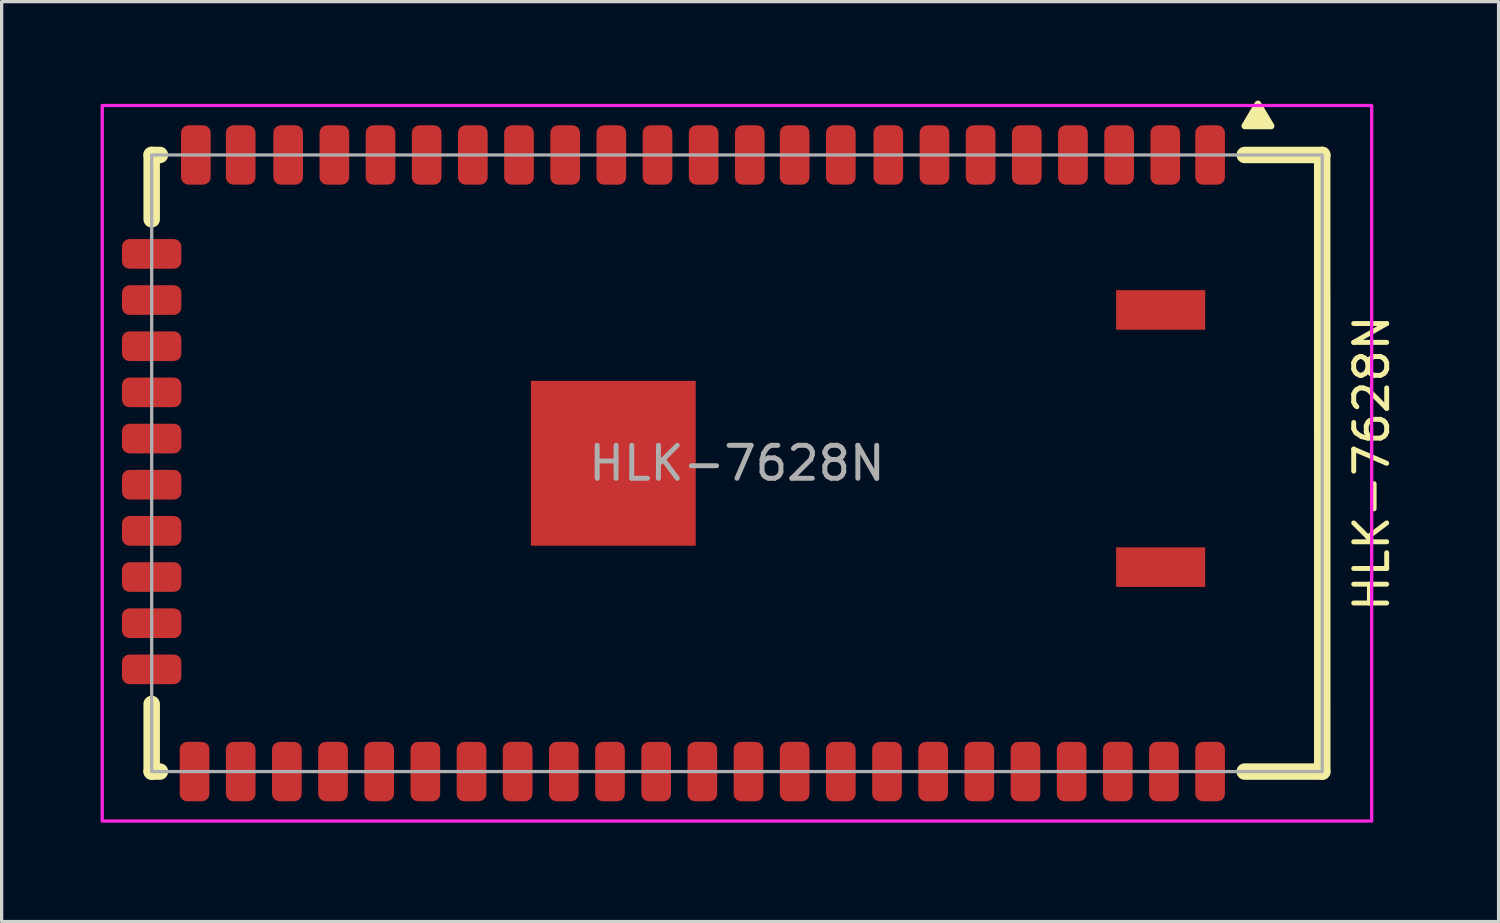
<source format=kicad_pcb>
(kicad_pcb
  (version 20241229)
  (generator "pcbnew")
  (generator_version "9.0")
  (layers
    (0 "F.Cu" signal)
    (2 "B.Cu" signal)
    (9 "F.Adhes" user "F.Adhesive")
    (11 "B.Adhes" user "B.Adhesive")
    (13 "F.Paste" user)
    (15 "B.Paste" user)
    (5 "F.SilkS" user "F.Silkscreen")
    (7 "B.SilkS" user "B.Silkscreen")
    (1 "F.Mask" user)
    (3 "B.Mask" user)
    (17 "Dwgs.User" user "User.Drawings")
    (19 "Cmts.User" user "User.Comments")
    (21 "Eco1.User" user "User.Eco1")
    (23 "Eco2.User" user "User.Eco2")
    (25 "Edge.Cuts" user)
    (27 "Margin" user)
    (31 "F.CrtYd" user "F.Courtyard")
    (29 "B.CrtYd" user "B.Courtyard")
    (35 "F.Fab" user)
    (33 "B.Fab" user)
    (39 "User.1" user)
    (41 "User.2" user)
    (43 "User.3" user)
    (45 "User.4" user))
  (footprint "HLK-7628N"
    (layer "F.Cu")
    (at 19.3 11)
    (property "Reference" "HLK-7628N" (at 19.25 0 90) (unlocked yes) (layer "F.SilkS") (effects (font (size 1 1) (thickness 0.15))))
    (attr smd)
    (fp_line (start -17.75 -9.35) (end -17.75 -7.4) (stroke (width 0.5) (type default)) (layer "F.SilkS"))
    (fp_line (start -17.75 -9.35) (end -17.5 -9.35) (stroke (width 0.5) (type default)) (layer "F.SilkS"))
    (fp_line (start -17.75 7.3) (end -17.75 9.35) (stroke (width 0.5) (type default)) (layer "F.SilkS"))
    (fp_line (start -17.75 9.35) (end -17.5 9.35) (stroke (width 0.5) (type default)) (layer "F.SilkS"))
    (fp_line (start 17.75 -9.35) (end 15.4 -9.35) (stroke (width 0.5) (type default)) (layer "F.SilkS"))
    (fp_line (start 17.75 -9.35) (end 17.751 9.351) (stroke (width 0.5) (type default)) (layer "F.SilkS"))
    (fp_line (start 17.75 9.35) (end 15.4 9.35) (stroke (width 0.5) (type default)) (layer "F.SilkS"))
    (fp_poly (pts (xy 15.4 -10.23) (xy 15.8 -10.9) (xy 16.2 -10.23)) (stroke (width 0.2) (type solid)) (fill yes) (layer "F.SilkS"))
    (fp_rect (start -19.25 -10.85) (end 19.25 10.85) (stroke (width 0.1) (type default)) (fill no) (layer "F.CrtYd"))
    (fp_rect (start -17.75 -9.35) (end 17.75 9.35) (stroke (width 0.1) (type default)) (fill no) (layer "F.Fab"))
    (fp_text user "${REFERENCE}" (at 0 0 0) (unlocked yes) (layer "F.Fab") (effects (font (size 1 1) (thickness 0.15))))
    (pad "" smd rect (at -3.75 0) (size 5 5) (layers "F.Cu" "F.Mask" "F.Paste"))
    (pad "" smd rect (at 12.85 -4.65) (size 2.7 1.2) (layers "F.Cu" "F.Mask" "F.Paste"))
    (pad "" smd rect (at 12.85 3.15) (size 2.7 1.2) (layers "F.Cu" "F.Mask" "F.Paste"))
    (pad "1" smd roundrect (at 14.35 -9.35) (size 0.9 1.8) (layers "F.Cu" "F.Mask" "F.Paste") (roundrect_rratio 0.25))
    (pad "2" smd roundrect (at 12.99 -9.35) (size 0.9 1.8) (layers "F.Cu" "F.Mask" "F.Paste") (roundrect_rratio 0.25))
    (pad "3" smd roundrect (at 11.59 -9.35) (size 0.9 1.8) (layers "F.Cu" "F.Mask" "F.Paste") (roundrect_rratio 0.25))
    (pad "4" smd roundrect (at 10.19 -9.35) (size 0.9 1.8) (layers "F.Cu" "F.Mask" "F.Paste") (roundrect_rratio 0.25))
    (pad "5" smd roundrect (at 8.79 -9.35) (size 0.9 1.8) (layers "F.Cu" "F.Mask" "F.Paste") (roundrect_rratio 0.25))
    (pad "6" smd roundrect (at 7.39 -9.35) (size 0.9 1.8) (layers "F.Cu" "F.Mask" "F.Paste") (roundrect_rratio 0.25))
    (pad "7" smd roundrect (at 5.99 -9.35) (size 0.9 1.8) (layers "F.Cu" "F.Mask" "F.Paste") (roundrect_rratio 0.25))
    (pad "8" smd roundrect (at 4.59 -9.35) (size 0.9 1.8) (layers "F.Cu" "F.Mask" "F.Paste") (roundrect_rratio 0.25))
    (pad "9" smd roundrect (at 3.15 -9.35) (size 0.9 1.8) (layers "F.Cu" "F.Mask" "F.Paste") (roundrect_rratio 0.25))
    (pad "10" smd roundrect (at 1.75 -9.35) (size 0.9 1.8) (layers "F.Cu" "F.Mask" "F.Paste") (roundrect_rratio 0.25))
    (pad "11" smd roundrect (at 0.39 -9.35) (size 0.9 1.8) (layers "F.Cu" "F.Mask" "F.Paste") (roundrect_rratio 0.25))
    (pad "12" smd roundrect (at -1.01 -9.35) (size 0.9 1.8) (layers "F.Cu" "F.Mask" "F.Paste") (roundrect_rratio 0.25))
    (pad "13" smd roundrect (at -2.41 -9.35) (size 0.9 1.8) (layers "F.Cu" "F.Mask" "F.Paste") (roundrect_rratio 0.25))
    (pad "14" smd roundrect (at -3.81 -9.35) (size 0.9 1.8) (layers "F.Cu" "F.Mask" "F.Paste") (roundrect_rratio 0.25))
    (pad "15" smd roundrect (at -5.21 -9.35) (size 0.9 1.8) (layers "F.Cu" "F.Mask" "F.Paste") (roundrect_rratio 0.25))
    (pad "16" smd roundrect (at -6.61 -9.35) (size 0.9 1.8) (layers "F.Cu" "F.Mask" "F.Paste") (roundrect_rratio 0.25))
    (pad "17" smd roundrect (at -8.01 -9.35) (size 0.9 1.8) (layers "F.Cu" "F.Mask" "F.Paste") (roundrect_rratio 0.25))
    (pad "18" smd roundrect (at -9.41 -9.35) (size 0.9 1.8) (layers "F.Cu" "F.Mask" "F.Paste") (roundrect_rratio 0.25))
    (pad "19" smd roundrect (at -10.81 -9.35) (size 0.9 1.8) (layers "F.Cu" "F.Mask" "F.Paste") (roundrect_rratio 0.25))
    (pad "20" smd roundrect (at -12.21 -9.35) (size 0.9 1.8) (layers "F.Cu" "F.Mask" "F.Paste") (roundrect_rratio 0.25))
    (pad "21" smd roundrect (at -13.61 -9.35) (size 0.9 1.8) (layers "F.Cu" "F.Mask" "F.Paste") (roundrect_rratio 0.25))
    (pad "22" smd roundrect (at -15.05 -9.35) (size 0.9 1.8) (layers "F.Cu" "F.Mask" "F.Paste") (roundrect_rratio 0.25))
    (pad "23" smd roundrect (at -16.41 -9.35) (size 0.9 1.8) (layers "F.Cu" "F.Mask" "F.Paste") (roundrect_rratio 0.25))
    (pad "24" smd roundrect (at -17.75 -6.35 90) (size 0.9 1.8) (layers "F.Cu" "F.Mask" "F.Paste") (roundrect_rratio 0.25))
    (pad "25" smd roundrect (at -17.75 -4.95 90) (size 0.9 1.8) (layers "F.Cu" "F.Mask" "F.Paste") (roundrect_rratio 0.25))
    (pad "26" smd roundrect (at -17.75 -3.55 90) (size 0.9 1.8) (layers "F.Cu" "F.Mask" "F.Paste") (roundrect_rratio 0.25))
    (pad "27" smd roundrect (at -17.75 -2.15 90) (size 0.9 1.8) (layers "F.Cu" "F.Mask" "F.Paste") (roundrect_rratio 0.25))
    (pad "28" smd roundrect (at -17.75 -0.75 90) (size 0.9 1.8) (layers "F.Cu" "F.Mask" "F.Paste") (roundrect_rratio 0.25))
    (pad "29" smd roundrect (at -17.75 0.65 90) (size 0.9 1.8) (layers "F.Cu" "F.Mask" "F.Paste") (roundrect_rratio 0.25))
    (pad "30" smd roundrect (at -17.75 2.05 90) (size 0.9 1.8) (layers "F.Cu" "F.Mask" "F.Paste") (roundrect_rratio 0.25))
    (pad "31" smd roundrect (at -17.75 3.45 90) (size 0.9 1.8) (layers "F.Cu" "F.Mask" "F.Paste") (roundrect_rratio 0.25))
    (pad "32" smd roundrect (at -17.75 4.85 90) (size 0.9 1.8) (layers "F.Cu" "F.Mask" "F.Paste") (roundrect_rratio 0.25))
    (pad "33" smd roundrect (at -17.75 6.25 90) (size 0.9 1.8) (layers "F.Cu" "F.Mask" "F.Paste") (roundrect_rratio 0.25))
    (pad "34" smd roundrect (at -16.45 9.35) (size 0.9 1.8) (layers "F.Cu" "F.Mask" "F.Paste") (roundrect_rratio 0.25))
    (pad "35" smd roundrect (at -15.05 9.35) (size 0.9 1.8) (layers "F.Cu" "F.Mask" "F.Paste") (roundrect_rratio 0.25))
    (pad "36" smd roundrect (at -13.65 9.35) (size 0.9 1.8) (layers "F.Cu" "F.Mask" "F.Paste") (roundrect_rratio 0.25))
    (pad "37" smd roundrect (at -12.25 9.35) (size 0.9 1.8) (layers "F.Cu" "F.Mask" "F.Paste") (roundrect_rratio 0.25))
    (pad "38" smd roundrect (at -10.85 9.35) (size 0.9 1.8) (layers "F.Cu" "F.Mask" "F.Paste") (roundrect_rratio 0.25))
    (pad "39" smd roundrect (at -9.45 9.35) (size 0.9 1.8) (layers "F.Cu" "F.Mask" "F.Paste") (roundrect_rratio 0.25))
    (pad "40" smd roundrect (at -8.05 9.35) (size 0.9 1.8) (layers "F.Cu" "F.Mask" "F.Paste") (roundrect_rratio 0.25))
    (pad "41" smd roundrect (at -6.65 9.35) (size 0.9 1.8) (layers "F.Cu" "F.Mask" "F.Paste") (roundrect_rratio 0.25))
    (pad "42" smd roundrect (at -5.25 9.35) (size 0.9 1.8) (layers "F.Cu" "F.Mask" "F.Paste") (roundrect_rratio 0.25))
    (pad "43" smd roundrect (at -3.85 9.35) (size 0.9 1.8) (layers "F.Cu" "F.Mask" "F.Paste") (roundrect_rratio 0.25))
    (pad "44" smd roundrect (at -2.45 9.35) (size 0.9 1.8) (layers "F.Cu" "F.Mask" "F.Paste") (roundrect_rratio 0.25))
    (pad "45" smd roundrect (at -1.05 9.35) (size 0.9 1.8) (layers "F.Cu" "F.Mask" "F.Paste") (roundrect_rratio 0.25))
    (pad "46" smd roundrect (at 0.35 9.35) (size 0.9 1.8) (layers "F.Cu" "F.Mask" "F.Paste") (roundrect_rratio 0.25))
    (pad "47" smd roundrect (at 1.75 9.35) (size 0.9 1.8) (layers "F.Cu" "F.Mask" "F.Paste") (roundrect_rratio 0.25))
    (pad "48" smd roundrect (at 3.15 9.35) (size 0.9 1.8) (layers "F.Cu" "F.Mask" "F.Paste") (roundrect_rratio 0.25))
    (pad "49" smd roundrect (at 4.55 9.35) (size 0.9 1.8) (layers "F.Cu" "F.Mask" "F.Paste") (roundrect_rratio 0.25))
    (pad "50" smd roundrect (at 5.95 9.35) (size 0.9 1.8) (layers "F.Cu" "F.Mask" "F.Paste") (roundrect_rratio 0.25))
    (pad "51" smd roundrect (at 7.35 9.35) (size 0.9 1.8) (layers "F.Cu" "F.Mask" "F.Paste") (roundrect_rratio 0.25))
    (pad "52" smd roundrect (at 8.75 9.35) (size 0.9 1.8) (layers "F.Cu" "F.Mask" "F.Paste") (roundrect_rratio 0.25))
    (pad "53" smd roundrect (at 10.15 9.35) (size 0.9 1.8) (layers "F.Cu" "F.Mask" "F.Paste") (roundrect_rratio 0.25))
    (pad "54" smd roundrect (at 11.55 9.35) (size 0.9 1.8) (layers "F.Cu" "F.Mask" "F.Paste") (roundrect_rratio 0.25))
    (pad "55" smd roundrect (at 12.95 9.35) (size 0.9 1.8) (layers "F.Cu" "F.Mask" "F.Paste") (roundrect_rratio 0.25))
    (pad "56" smd roundrect (at 14.35 9.35) (size 0.9 1.8) (layers "F.Cu" "F.Mask" "F.Paste") (roundrect_rratio 0.25)))
  (gr_rect
    (start -3 -3)
    (end 42.398 24.9)
    (stroke (width 0.1) (type default))
    (fill no)
    (layer "Edge.Cuts")))
</source>
